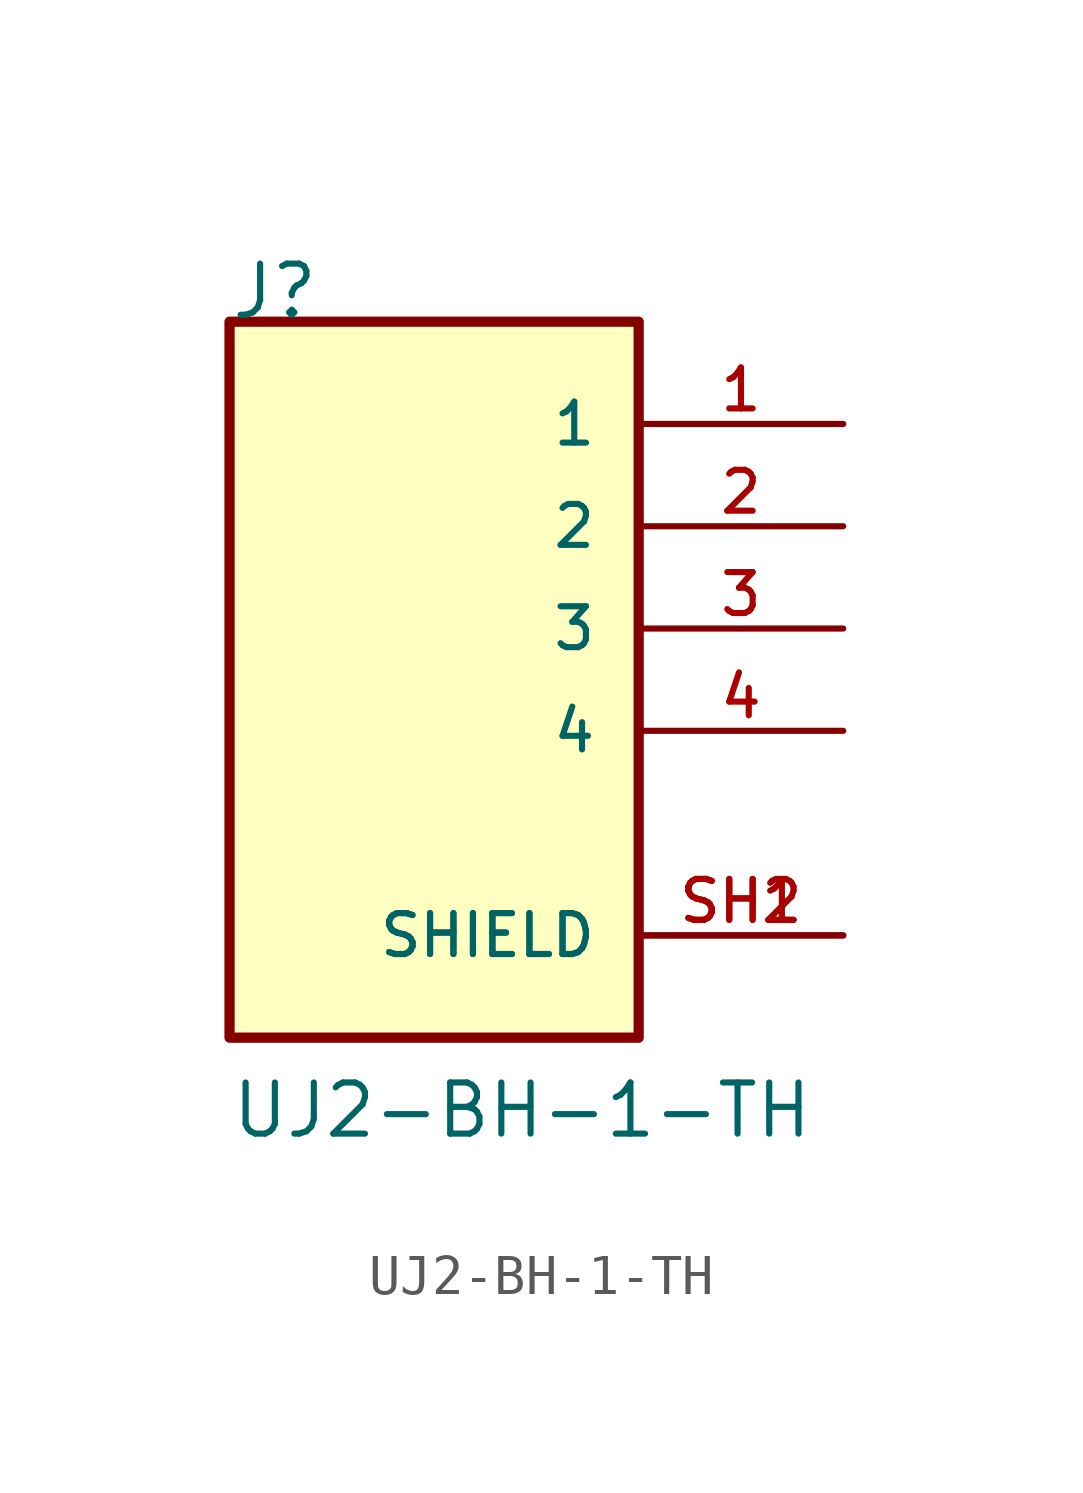
<source format=kicad_sym>
(kicad_symbol_lib
  (version 20211014)
  (generator kicad_symbol_editor)
  (symbol "UJ2-BH-1-TH"
    (pin_names
      (offset 1.016))
    (property "Reference" "J"
      (at -5.086 7.629 0)
      (effects (font (size 1.27 1.27)) (justify bottom left)))
    (property "Value" "UJ2-BH-1-TH"
      (at -5.083 -12.706 0)
      (effects (font (size 1.27 1.27)) (justify bottom left)))
    (symbol "UJ2-BH-1-TH_0_0"
      (rectangle (start -5.08 -10.16) (end 5.08 7.62) (stroke (width 0.254)) (fill (type background)))
      (pin passive line (at 10.16 5.08 180.0) (length 5.08) (name "1" (effects (font (size 1.016 1.016)))) (number "1" (effects (font (size 1.016 1.016)))))
      (pin passive line (at 10.16 2.54 180.0) (length 5.08) (name "2" (effects (font (size 1.016 1.016)))) (number "2" (effects (font (size 1.016 1.016)))))
      (pin passive line (at 10.16 0.0 180.0) (length 5.08) (name "3" (effects (font (size 1.016 1.016)))) (number "3" (effects (font (size 1.016 1.016)))))
      (pin passive line (at 10.16 -2.54 180.0) (length 5.08) (name "4" (effects (font (size 1.016 1.016)))) (number "4" (effects (font (size 1.016 1.016)))))
      (pin passive line (at 10.16 -7.62 180.0) (length 5.08) (name "SHIELD" (effects (font (size 1.016 1.016)))) (number "SH1" (effects (font (size 1.016 1.016)))))
      (pin passive line (at 10.16 -7.62 180.0) (length 5.08) (name "SHIELD" (effects (font (size 1.016 1.016)))) (number "SH2" (effects (font (size 1.016 1.016))))))))
</source>
